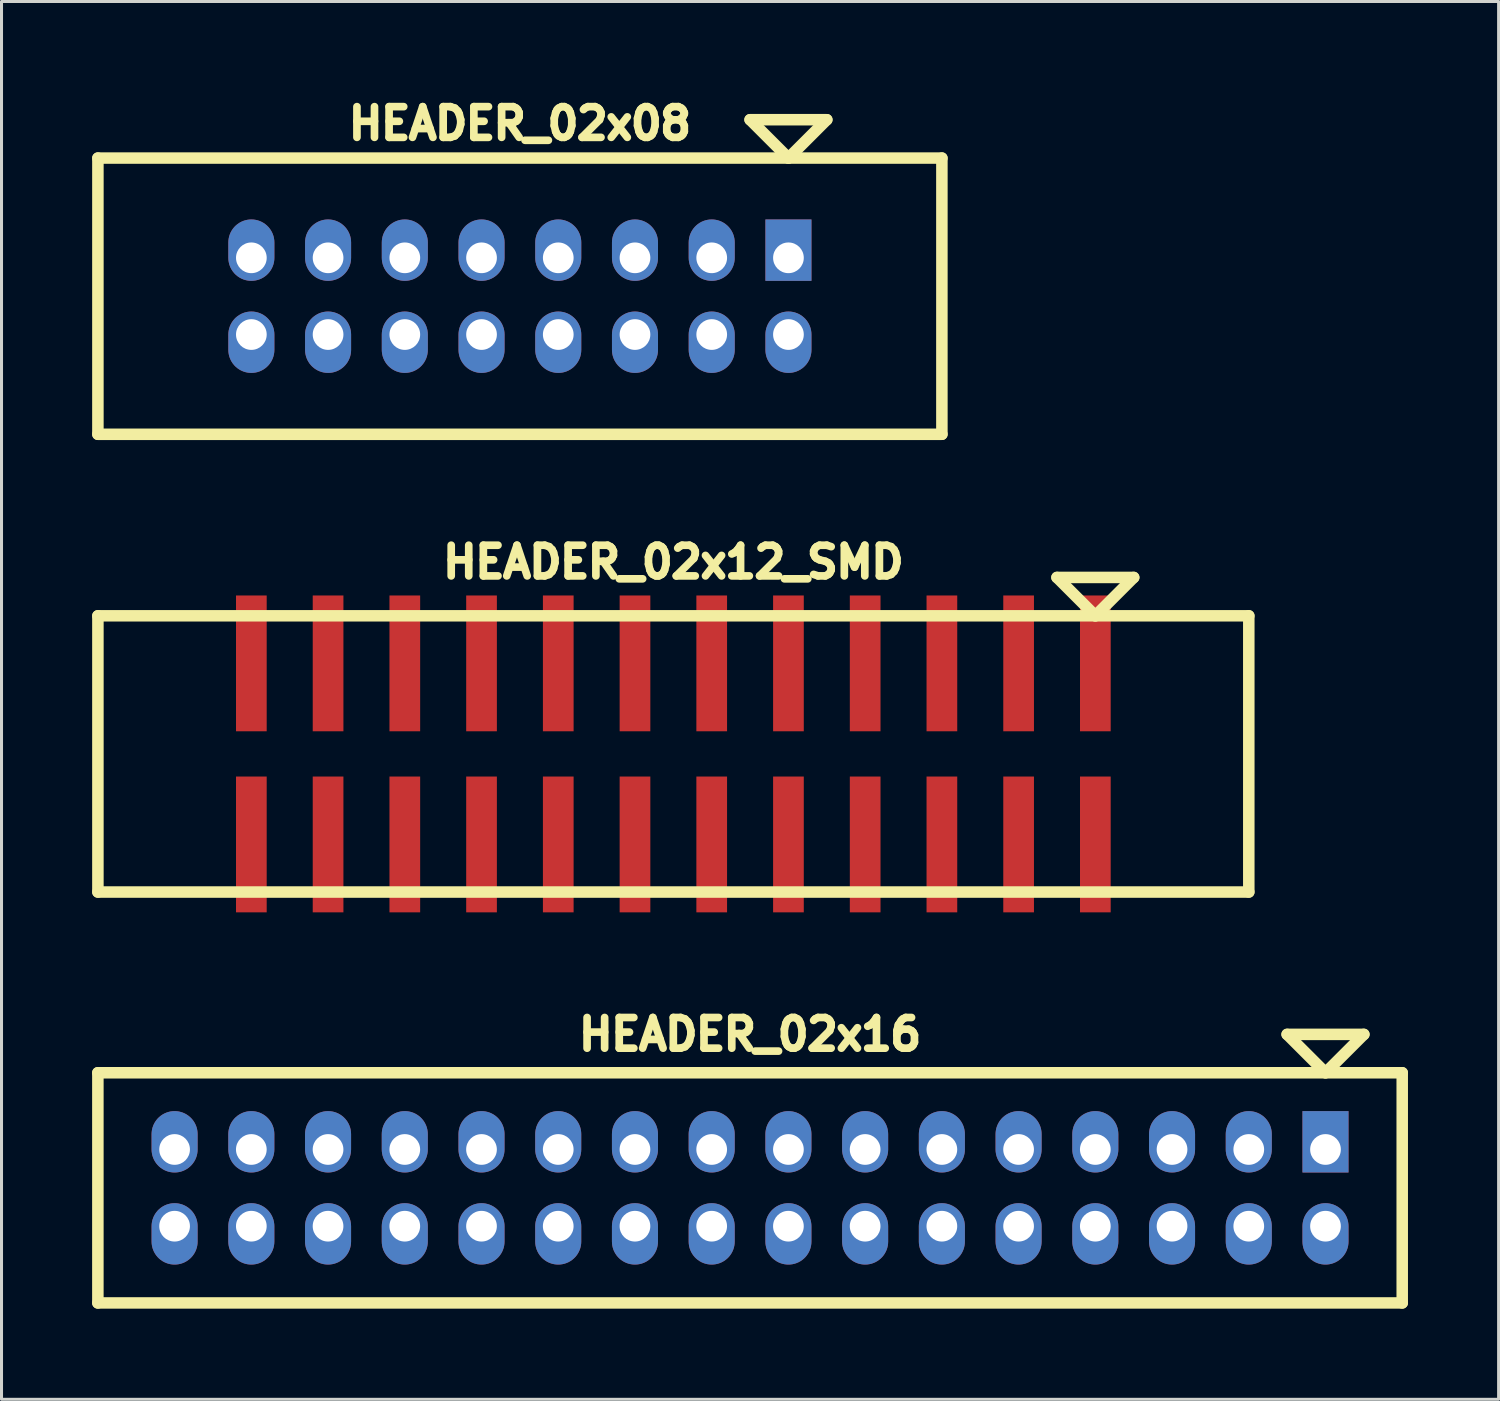
<source format=kicad_pcb>
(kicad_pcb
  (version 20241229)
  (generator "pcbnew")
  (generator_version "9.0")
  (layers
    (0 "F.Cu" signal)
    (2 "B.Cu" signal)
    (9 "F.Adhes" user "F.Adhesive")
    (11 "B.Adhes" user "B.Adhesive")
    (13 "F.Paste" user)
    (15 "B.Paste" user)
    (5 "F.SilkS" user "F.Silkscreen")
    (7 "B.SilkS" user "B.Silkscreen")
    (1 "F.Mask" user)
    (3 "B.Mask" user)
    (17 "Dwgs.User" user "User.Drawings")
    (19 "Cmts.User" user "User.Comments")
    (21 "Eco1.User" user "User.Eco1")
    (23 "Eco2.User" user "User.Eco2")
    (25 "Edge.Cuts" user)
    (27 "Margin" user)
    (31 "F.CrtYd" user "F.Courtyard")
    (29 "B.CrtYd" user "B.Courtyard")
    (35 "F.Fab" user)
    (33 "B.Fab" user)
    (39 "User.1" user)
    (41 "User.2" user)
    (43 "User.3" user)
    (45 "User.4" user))
  (footprint "HEADER_02x08"
    (layer "F.Cu")
    (at 14.161 6.755)
    (property "Reference" "HEADER_02x08" (at 0 -5.715 0) (layer "F.SilkS") (effects (font (size 1.016 1.016) (thickness 0.254))))
    (property "Value" "${VALUE}" (at 0 5.715 0) (layer "F.SilkS") (hide yes) (effects (font (size 1.016 1.016) (thickness 0.254))))
    (attr through_hole)
    (fp_line (start -13.97 -4.572) (end -13.97 4.572) (stroke (width 0.381) (type solid)) (layer "F.SilkS"))
    (fp_line (start -13.97 4.572) (end 13.97 4.572) (stroke (width 0.381) (type solid)) (layer "F.SilkS"))
    (fp_line (start 7.62 -5.842) (end 8.89 -4.572) (stroke (width 0.381) (type solid)) (layer "F.SilkS"))
    (fp_line (start 8.89 -4.572) (end 10.16 -5.842) (stroke (width 0.381) (type solid)) (layer "F.SilkS"))
    (fp_line (start 10.16 -5.842) (end 7.62 -5.842) (stroke (width 0.381) (type solid)) (layer "F.SilkS"))
    (fp_line (start 13.97 -4.572) (end -13.97 -4.572) (stroke (width 0.381) (type solid)) (layer "F.SilkS"))
    (fp_line (start 13.97 -4.572) (end 13.97 4.572) (stroke (width 0.381) (type solid)) (layer "F.SilkS"))
    (pad "1" thru_hole rect (at 8.89 -1.27) (size 1.524 2.032) (drill 1.016 (offset 0 -0.254)) (layers "*.Cu" "*.Mask"))
    (pad "2" thru_hole oval (at 8.89 1.27) (size 1.524 2.032) (drill 1.016 (offset 0 0.254)) (layers "*.Cu" "*.Mask"))
    (pad "3" thru_hole oval (at 6.35 -1.27) (size 1.524 2.032) (drill 1.016 (offset 0 -0.254)) (layers "*.Cu" "*.Mask"))
    (pad "4" thru_hole oval (at 6.35 1.27) (size 1.524 2.032) (drill 1.016 (offset 0 0.254)) (layers "*.Cu" "*.Mask"))
    (pad "5" thru_hole oval (at 3.81 -1.27) (size 1.524 2.032) (drill 1.016 (offset 0 -0.254)) (layers "*.Cu" "*.Mask"))
    (pad "6" thru_hole oval (at 3.81 1.27) (size 1.524 2.032) (drill 1.016 (offset 0 0.254)) (layers "*.Cu" "*.Mask"))
    (pad "7" thru_hole oval (at 1.27 -1.27) (size 1.524 2.032) (drill 1.016 (offset 0 -0.254)) (layers "*.Cu" "*.Mask"))
    (pad "8" thru_hole oval (at 1.27 1.27) (size 1.524 2.032) (drill 1.016 (offset 0 0.254)) (layers "*.Cu" "*.Mask"))
    (pad "9" thru_hole oval (at -1.27 -1.27) (size 1.524 2.032) (drill 1.016 (offset 0 -0.254)) (layers "*.Cu" "*.Mask"))
    (pad "10" thru_hole oval (at -1.27 1.27) (size 1.524 2.032) (drill 1.016 (offset 0 0.254)) (layers "*.Cu" "*.Mask"))
    (pad "11" thru_hole oval (at -3.81 -1.27) (size 1.524 2.032) (drill 1.016 (offset 0 -0.254)) (layers "*.Cu" "*.Mask"))
    (pad "12" thru_hole oval (at -3.81 1.27) (size 1.524 2.032) (drill 1.016 (offset 0 0.254)) (layers "*.Cu" "*.Mask"))
    (pad "13" thru_hole oval (at -6.35 -1.27) (size 1.524 2.032) (drill 1.016 (offset 0 -0.254)) (layers "*.Cu" "*.Mask"))
    (pad "14" thru_hole oval (at -6.35 1.27) (size 1.524 2.032) (drill 1.016 (offset 0 0.254)) (layers "*.Cu" "*.Mask"))
    (pad "15" thru_hole oval (at -8.89 -1.27) (size 1.524 2.032) (drill 1.016 (offset 0 -0.254)) (layers "*.Cu" "*.Mask"))
    (pad "16" thru_hole oval (at -8.89 1.27) (size 1.524 2.032) (drill 1.016 (offset 0 0.254)) (layers "*.Cu" "*.Mask")))
  (footprint "HEADER_02x16"
    (layer "F.Cu")
    (at 21.78 36.273)
    (property "Reference" "HEADER_02x16" (at 0 -5.08 0) (layer "F.SilkS") (effects (font (size 1.016 1.016) (thickness 0.254))))
    (property "Value" "${VALUE}" (at 0 5.08 0) (layer "F.SilkS") (hide yes) (effects (font (size 1.016 1.016) (thickness 0.254))))
    (attr through_hole)
    (fp_line (start -21.59 -3.81) (end 21.59 -3.81) (stroke (width 0.381) (type solid)) (layer "F.SilkS"))
    (fp_line (start -21.59 3.81) (end -21.59 -3.81) (stroke (width 0.381) (type solid)) (layer "F.SilkS"))
    (fp_line (start 17.78 -5.08) (end 19.05 -3.81) (stroke (width 0.381) (type solid)) (layer "F.SilkS"))
    (fp_line (start 19.05 -3.81) (end 20.32 -5.08) (stroke (width 0.381) (type solid)) (layer "F.SilkS"))
    (fp_line (start 20.32 -5.08) (end 17.78 -5.08) (stroke (width 0.381) (type solid)) (layer "F.SilkS"))
    (fp_line (start 21.59 -3.81) (end 21.59 3.81) (stroke (width 0.381) (type solid)) (layer "F.SilkS"))
    (fp_line (start 21.59 3.81) (end -21.59 3.81) (stroke (width 0.381) (type solid)) (layer "F.SilkS"))
    (pad "1" thru_hole rect (at 19.05 -1.27) (size 1.524 2.032) (drill 1.016 (offset 0 -0.254)) (layers "*.Cu" "*.Mask"))
    (pad "2" thru_hole oval (at 19.05 1.27) (size 1.524 2.032) (drill 1.016 (offset 0 0.254)) (layers "*.Cu" "*.Mask"))
    (pad "3" thru_hole oval (at 16.51 -1.27) (size 1.524 2.032) (drill 1.016 (offset 0 -0.254)) (layers "*.Cu" "*.Mask"))
    (pad "4" thru_hole oval (at 16.51 1.27) (size 1.524 2.032) (drill 1.016 (offset 0 0.254)) (layers "*.Cu" "*.Mask"))
    (pad "5" thru_hole oval (at 13.97 -1.27) (size 1.524 2.032) (drill 1.016 (offset 0 -0.254)) (layers "*.Cu" "*.Mask"))
    (pad "6" thru_hole oval (at 13.97 1.27) (size 1.524 2.032) (drill 1.016 (offset 0 0.254)) (layers "*.Cu" "*.Mask"))
    (pad "7" thru_hole oval (at 11.43 -1.27) (size 1.524 2.032) (drill 1.016 (offset 0 -0.254)) (layers "*.Cu" "*.Mask"))
    (pad "8" thru_hole oval (at 11.43 1.27) (size 1.524 2.032) (drill 1.016 (offset 0 0.254)) (layers "*.Cu" "*.Mask"))
    (pad "9" thru_hole oval (at 8.89 -1.27) (size 1.524 2.032) (drill 1.016 (offset 0 -0.254)) (layers "*.Cu" "*.Mask"))
    (pad "10" thru_hole oval (at 8.89 1.27) (size 1.524 2.032) (drill 1.016 (offset 0 0.254)) (layers "*.Cu" "*.Mask"))
    (pad "11" thru_hole oval (at 6.35 -1.27) (size 1.524 2.032) (drill 1.016 (offset 0 -0.254)) (layers "*.Cu" "*.Mask"))
    (pad "12" thru_hole oval (at 6.35 1.27) (size 1.524 2.032) (drill 1.016 (offset 0 0.254)) (layers "*.Cu" "*.Mask"))
    (pad "13" thru_hole oval (at 3.81 -1.27) (size 1.524 2.032) (drill 1.016 (offset 0 -0.254)) (layers "*.Cu" "*.Mask"))
    (pad "14" thru_hole oval (at 3.81 1.27) (size 1.524 2.032) (drill 1.016 (offset 0 0.254)) (layers "*.Cu" "*.Mask"))
    (pad "15" thru_hole oval (at 1.27 -1.27) (size 1.524 2.032) (drill 1.016 (offset 0 -0.254)) (layers "*.Cu" "*.Mask"))
    (pad "16" thru_hole oval (at 1.27 1.27) (size 1.524 2.032) (drill 1.016 (offset 0 0.254)) (layers "*.Cu" "*.Mask"))
    (pad "17" thru_hole oval (at -1.27 -1.27) (size 1.524 2.032) (drill 1.016 (offset 0 -0.254)) (layers "*.Cu" "*.Mask"))
    (pad "18" thru_hole oval (at -1.27 1.27) (size 1.524 2.032) (drill 1.016 (offset 0 0.254)) (layers "*.Cu" "*.Mask"))
    (pad "19" thru_hole oval (at -3.81 -1.27) (size 1.524 2.032) (drill 1.016 (offset 0 -0.254)) (layers "*.Cu" "*.Mask"))
    (pad "20" thru_hole oval (at -3.81 1.27) (size 1.524 2.032) (drill 1.016 (offset 0 0.254)) (layers "*.Cu" "*.Mask"))
    (pad "21" thru_hole oval (at -6.35 -1.27) (size 1.524 2.032) (drill 1.016 (offset 0 -0.254)) (layers "*.Cu" "*.Mask"))
    (pad "22" thru_hole oval (at -6.35 1.27) (size 1.524 2.032) (drill 1.016 (offset 0 0.254)) (layers "*.Cu" "*.Mask"))
    (pad "23" thru_hole oval (at -8.89 -1.27) (size 1.524 2.032) (drill 1.016 (offset 0 -0.254)) (layers "*.Cu" "*.Mask"))
    (pad "24" thru_hole oval (at -8.89 1.27) (size 1.524 2.032) (drill 1.016 (offset 0 0.254)) (layers "*.Cu" "*.Mask"))
    (pad "25" thru_hole oval (at -11.43 -1.27) (size 1.524 2.032) (drill 1.016 (offset 0 -0.254)) (layers "*.Cu" "*.Mask"))
    (pad "26" thru_hole oval (at -11.43 1.27) (size 1.524 2.032) (drill 1.016 (offset 0 0.254)) (layers "*.Cu" "*.Mask"))
    (pad "27" thru_hole oval (at -13.97 -1.27) (size 1.524 2.032) (drill 1.016 (offset 0 -0.254)) (layers "*.Cu" "*.Mask"))
    (pad "28" thru_hole oval (at -13.97 1.27) (size 1.524 2.032) (drill 1.016 (offset 0 0.254)) (layers "*.Cu" "*.Mask"))
    (pad "29" thru_hole oval (at -16.51 -1.27) (size 1.524 2.032) (drill 1.016 (offset 0 -0.254)) (layers "*.Cu" "*.Mask"))
    (pad "30" thru_hole oval (at -16.51 1.27) (size 1.524 2.032) (drill 1.016 (offset 0 0.254)) (layers "*.Cu" "*.Mask"))
    (pad "31" thru_hole oval (at -19.05 -1.27) (size 1.524 2.032) (drill 1.016 (offset 0 -0.254)) (layers "*.Cu" "*.Mask"))
    (pad "32" thru_hole oval (at -19.05 1.27) (size 1.524 2.032) (drill 1.016 (offset 0 0.254)) (layers "*.Cu" "*.Mask")))
  (footprint "HEADER_02x12_SMD"
    (layer "F.Cu")
    (at 19.241 21.908)
    (property "Reference" "HEADER_02x12_SMD" (at 0 -6.35 0) (layer "F.SilkS") (effects (font (size 1.016 1.016) (thickness 0.254))))
    (property "Value" "${VALUE}" (at 0 6.35 0) (layer "F.SilkS") (hide yes) (effects (font (size 1.016 1.016) (thickness 0.254))))
    (attr through_hole)
    (fp_line (start -19.05 -4.572) (end -19.05 4.572) (stroke (width 0.381) (type solid)) (layer "F.SilkS"))
    (fp_line (start -19.05 4.572) (end 19.05 4.572) (stroke (width 0.381) (type solid)) (layer "F.SilkS"))
    (fp_line (start 12.7 -5.842) (end 13.97 -4.572) (stroke (width 0.381) (type solid)) (layer "F.SilkS"))
    (fp_line (start 13.97 -4.572) (end 15.24 -5.842) (stroke (width 0.381) (type solid)) (layer "F.SilkS"))
    (fp_line (start 15.24 -5.842) (end 12.7 -5.842) (stroke (width 0.381) (type solid)) (layer "F.SilkS"))
    (fp_line (start 19.05 -4.572) (end -19.05 -4.572) (stroke (width 0.381) (type solid)) (layer "F.SilkS"))
    (fp_line (start 19.05 -4.572) (end 19.05 4.572) (stroke (width 0.381) (type solid)) (layer "F.SilkS"))
    (pad "1" smd rect (at 13.97 -2.997) (size 1.016 4.496) (layers "F.Cu" "F.Mask" "F.Paste"))
    (pad "2" smd rect (at 13.97 2.997) (size 1.016 4.496) (layers "F.Cu" "F.Mask" "F.Paste"))
    (pad "3" smd rect (at 11.43 -2.997) (size 1.016 4.496) (layers "F.Cu" "F.Mask" "F.Paste"))
    (pad "4" smd rect (at 11.43 2.997) (size 1.016 4.496) (layers "F.Cu" "F.Mask" "F.Paste"))
    (pad "5" smd rect (at 8.89 -2.997) (size 1.016 4.496) (layers "F.Cu" "F.Mask" "F.Paste"))
    (pad "6" smd rect (at 8.89 2.997) (size 1.016 4.496) (layers "F.Cu" "F.Mask" "F.Paste"))
    (pad "7" smd rect (at 6.35 -2.997) (size 1.016 4.496) (layers "F.Cu" "F.Mask" "F.Paste"))
    (pad "8" smd rect (at 6.35 2.997) (size 1.016 4.496) (layers "F.Cu" "F.Mask" "F.Paste"))
    (pad "9" smd rect (at 3.81 -2.997) (size 1.016 4.496) (layers "F.Cu" "F.Mask" "F.Paste"))
    (pad "10" smd rect (at 3.81 2.997) (size 1.016 4.496) (layers "F.Cu" "F.Mask" "F.Paste"))
    (pad "11" smd rect (at 1.27 -2.997) (size 1.016 4.496) (layers "F.Cu" "F.Mask" "F.Paste"))
    (pad "12" smd rect (at 1.27 2.997) (size 1.016 4.496) (layers "F.Cu" "F.Mask" "F.Paste"))
    (pad "13" smd rect (at -1.27 -2.997) (size 1.016 4.496) (layers "F.Cu" "F.Mask" "F.Paste"))
    (pad "14" smd rect (at -1.27 2.997) (size 1.016 4.496) (layers "F.Cu" "F.Mask" "F.Paste"))
    (pad "15" smd rect (at -3.81 -2.997) (size 1.016 4.496) (layers "F.Cu" "F.Mask" "F.Paste"))
    (pad "16" smd rect (at -3.81 2.997) (size 1.016 4.496) (layers "F.Cu" "F.Mask" "F.Paste"))
    (pad "17" smd rect (at -6.35 -2.997) (size 1.016 4.496) (layers "F.Cu" "F.Mask" "F.Paste"))
    (pad "18" smd rect (at -6.35 2.997) (size 1.016 4.496) (layers "F.Cu" "F.Mask" "F.Paste"))
    (pad "19" smd rect (at -8.89 -2.997) (size 1.016 4.496) (layers "F.Cu" "F.Mask" "F.Paste"))
    (pad "20" smd rect (at -8.89 2.997) (size 1.016 4.496) (layers "F.Cu" "F.Mask" "F.Paste"))
    (pad "21" smd rect (at -11.43 -2.997) (size 1.016 4.496) (layers "F.Cu" "F.Mask" "F.Paste"))
    (pad "22" smd rect (at -11.43 2.997) (size 1.016 4.496) (layers "F.Cu" "F.Mask" "F.Paste"))
    (pad "23" smd rect (at -13.97 -2.997) (size 1.016 4.496) (layers "F.Cu" "F.Mask" "F.Paste"))
    (pad "24" smd rect (at -13.97 2.997) (size 1.016 4.496) (layers "F.Cu" "F.Mask" "F.Paste")))
  (gr_rect
    (start -3 -3)
    (end 46.561 43.273)
    (stroke (width 0.1) (type default))
    (fill no)
    (layer "Edge.Cuts")))
</source>
